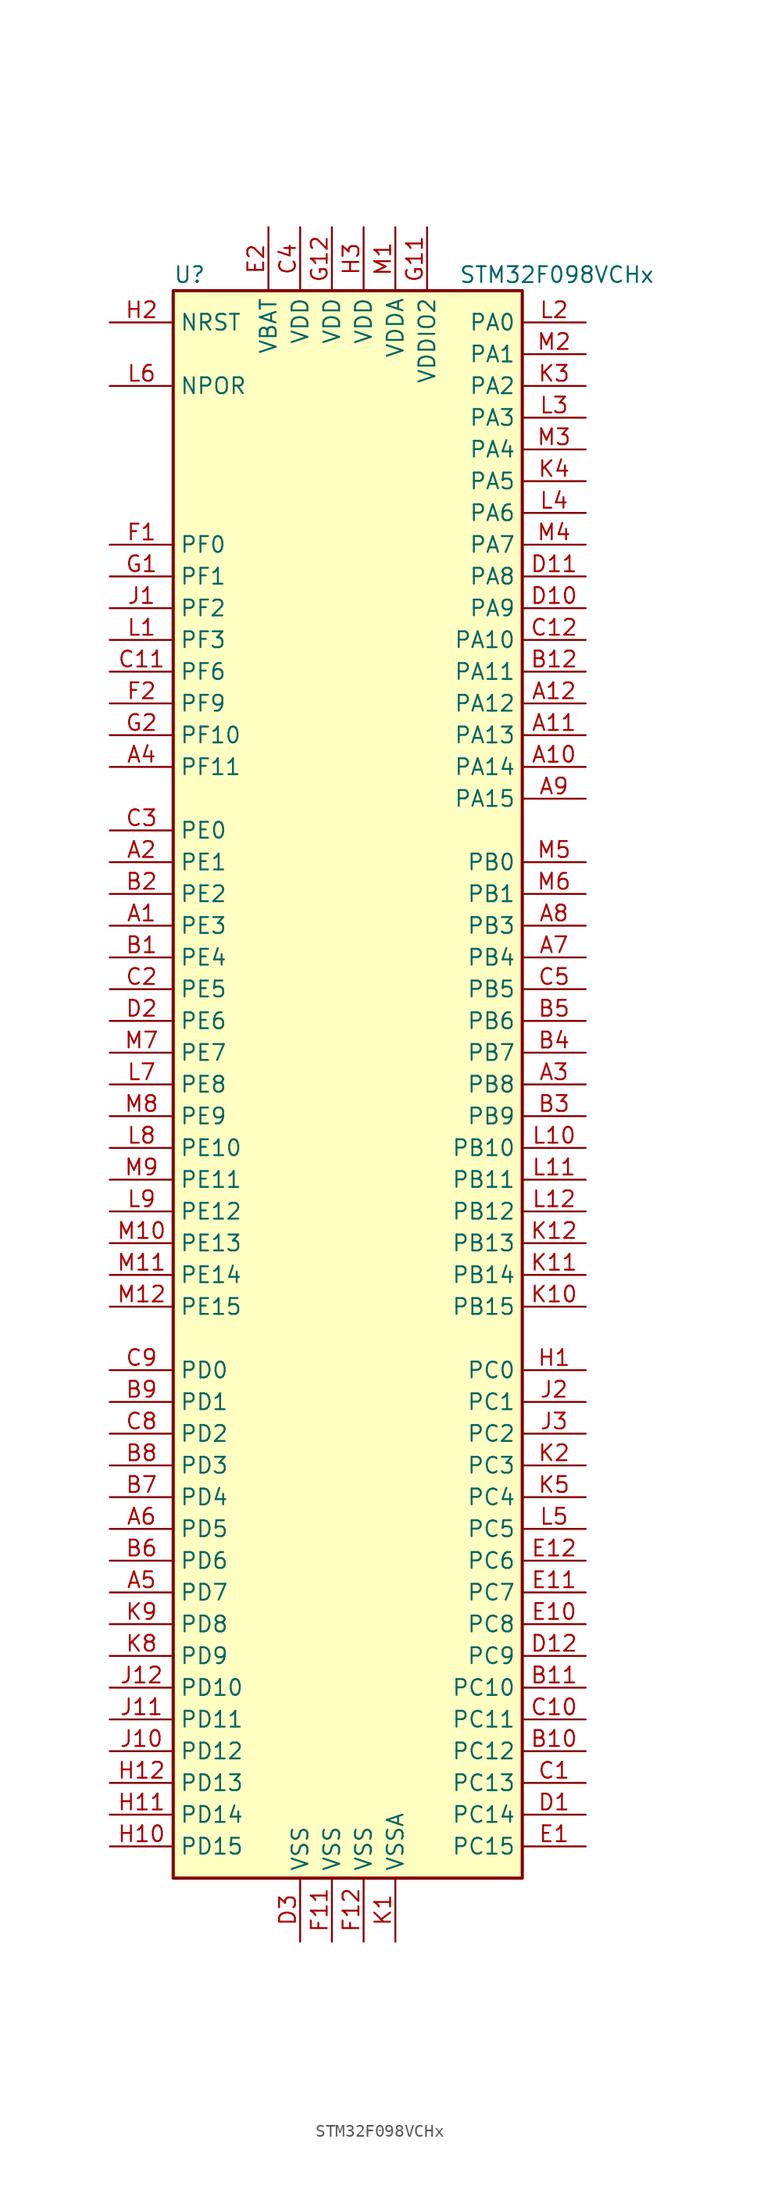
<source format=kicad_sym>
(kicad_symbol_lib
  (version 20211014)
  (generator kicad_symbol_editor)
  (symbol "STM32F098VCHx"
    (property "Reference" "U"
      (at -15.24 64.77 0)
      (effects (font (size 1.27 1.27)) (justify left)))
    (property "Value" "STM32F098VCHx"
      (at 7.62 64.77 0)
      (effects (font (size 1.27 1.27)) (justify left)))
    (symbol "STM32F098VCHx_0_1"
      (rectangle (start -15.24 -63.5) (end 12.7 63.5) (stroke (width 0.254) (type default) (color 0 0 0 0)) (fill (type background))))
    (symbol "STM32F098VCHx_1_1"
      (pin bidirectional line (at -20.32 12.7 0) (length 5.08) (name "PE3" (effects (font (size 1.27 1.27)))) (number "A1" (effects (font (size 1.27 1.27)))))
      (pin bidirectional line (at 17.78 25.4 180) (length 5.08) (name "PA14" (effects (font (size 1.27 1.27)))) (number "A10" (effects (font (size 1.27 1.27)))))
      (pin bidirectional line (at 17.78 27.94 180) (length 5.08) (name "PA13" (effects (font (size 1.27 1.27)))) (number "A11" (effects (font (size 1.27 1.27)))))
      (pin bidirectional line (at 17.78 30.48 180) (length 5.08) (name "PA12" (effects (font (size 1.27 1.27)))) (number "A12" (effects (font (size 1.27 1.27)))))
      (pin bidirectional line (at -20.32 17.78 0) (length 5.08) (name "PE1" (effects (font (size 1.27 1.27)))) (number "A2" (effects (font (size 1.27 1.27)))))
      (pin bidirectional line (at 17.78 0 180) (length 5.08) (name "PB8" (effects (font (size 1.27 1.27)))) (number "A3" (effects (font (size 1.27 1.27)))))
      (pin bidirectional line (at -20.32 25.4 0) (length 5.08) (name "PF11" (effects (font (size 1.27 1.27)))) (number "A4" (effects (font (size 1.27 1.27)))))
      (pin bidirectional line (at -20.32 -40.64 0) (length 5.08) (name "PD7" (effects (font (size 1.27 1.27)))) (number "A5" (effects (font (size 1.27 1.27)))))
      (pin bidirectional line (at -20.32 -35.56 0) (length 5.08) (name "PD5" (effects (font (size 1.27 1.27)))) (number "A6" (effects (font (size 1.27 1.27)))))
      (pin bidirectional line (at 17.78 10.16 180) (length 5.08) (name "PB4" (effects (font (size 1.27 1.27)))) (number "A7" (effects (font (size 1.27 1.27)))))
      (pin bidirectional line (at 17.78 12.7 180) (length 5.08) (name "PB3" (effects (font (size 1.27 1.27)))) (number "A8" (effects (font (size 1.27 1.27)))))
      (pin bidirectional line (at 17.78 22.86 180) (length 5.08) (name "PA15" (effects (font (size 1.27 1.27)))) (number "A9" (effects (font (size 1.27 1.27)))))
      (pin bidirectional line (at -20.32 10.16 0) (length 5.08) (name "PE4" (effects (font (size 1.27 1.27)))) (number "B1" (effects (font (size 1.27 1.27)))))
      (pin bidirectional line (at 17.78 -53.34 180) (length 5.08) (name "PC12" (effects (font (size 1.27 1.27)))) (number "B10" (effects (font (size 1.27 1.27)))))
      (pin bidirectional line (at 17.78 -48.26 180) (length 5.08) (name "PC10" (effects (font (size 1.27 1.27)))) (number "B11" (effects (font (size 1.27 1.27)))))
      (pin bidirectional line (at 17.78 33.02 180) (length 5.08) (name "PA11" (effects (font (size 1.27 1.27)))) (number "B12" (effects (font (size 1.27 1.27)))))
      (pin bidirectional line (at -20.32 15.24 0) (length 5.08) (name "PE2" (effects (font (size 1.27 1.27)))) (number "B2" (effects (font (size 1.27 1.27)))))
      (pin bidirectional line (at 17.78 -2.54 180) (length 5.08) (name "PB9" (effects (font (size 1.27 1.27)))) (number "B3" (effects (font (size 1.27 1.27)))))
      (pin bidirectional line (at 17.78 2.54 180) (length 5.08) (name "PB7" (effects (font (size 1.27 1.27)))) (number "B4" (effects (font (size 1.27 1.27)))))
      (pin bidirectional line (at 17.78 5.08 180) (length 5.08) (name "PB6" (effects (font (size 1.27 1.27)))) (number "B5" (effects (font (size 1.27 1.27)))))
      (pin bidirectional line (at -20.32 -38.1 0) (length 5.08) (name "PD6" (effects (font (size 1.27 1.27)))) (number "B6" (effects (font (size 1.27 1.27)))))
      (pin bidirectional line (at -20.32 -33.02 0) (length 5.08) (name "PD4" (effects (font (size 1.27 1.27)))) (number "B7" (effects (font (size 1.27 1.27)))))
      (pin bidirectional line (at -20.32 -30.48 0) (length 5.08) (name "PD3" (effects (font (size 1.27 1.27)))) (number "B8" (effects (font (size 1.27 1.27)))))
      (pin bidirectional line (at -20.32 -25.4 0) (length 5.08) (name "PD1" (effects (font (size 1.27 1.27)))) (number "B9" (effects (font (size 1.27 1.27)))))
      (pin bidirectional line (at 17.78 -55.88 180) (length 5.08) (name "PC13" (effects (font (size 1.27 1.27)))) (number "C1" (effects (font (size 1.27 1.27)))))
      (pin bidirectional line (at 17.78 -50.8 180) (length 5.08) (name "PC11" (effects (font (size 1.27 1.27)))) (number "C10" (effects (font (size 1.27 1.27)))))
      (pin bidirectional line (at -20.32 33.02 0) (length 5.08) (name "PF6" (effects (font (size 1.27 1.27)))) (number "C11" (effects (font (size 1.27 1.27)))))
      (pin bidirectional line (at 17.78 35.56 180) (length 5.08) (name "PA10" (effects (font (size 1.27 1.27)))) (number "C12" (effects (font (size 1.27 1.27)))))
      (pin bidirectional line (at -20.32 7.62 0) (length 5.08) (name "PE5" (effects (font (size 1.27 1.27)))) (number "C2" (effects (font (size 1.27 1.27)))))
      (pin bidirectional line (at -20.32 20.32 0) (length 5.08) (name "PE0" (effects (font (size 1.27 1.27)))) (number "C3" (effects (font (size 1.27 1.27)))))
      (pin power_in line (at -5.08 68.58 270) (length 5.08) (name "VDD" (effects (font (size 1.27 1.27)))) (number "C4" (effects (font (size 1.27 1.27)))))
      (pin bidirectional line (at 17.78 7.62 180) (length 5.08) (name "PB5" (effects (font (size 1.27 1.27)))) (number "C5" (effects (font (size 1.27 1.27)))))
      (pin bidirectional line (at -20.32 -27.94 0) (length 5.08) (name "PD2" (effects (font (size 1.27 1.27)))) (number "C8" (effects (font (size 1.27 1.27)))))
      (pin bidirectional line (at -20.32 -22.86 0) (length 5.08) (name "PD0" (effects (font (size 1.27 1.27)))) (number "C9" (effects (font (size 1.27 1.27)))))
      (pin bidirectional line (at 17.78 -58.42 180) (length 5.08) (name "PC14" (effects (font (size 1.27 1.27)))) (number "D1" (effects (font (size 1.27 1.27)))))
      (pin bidirectional line (at 17.78 38.1 180) (length 5.08) (name "PA9" (effects (font (size 1.27 1.27)))) (number "D10" (effects (font (size 1.27 1.27)))))
      (pin bidirectional line (at 17.78 40.64 180) (length 5.08) (name "PA8" (effects (font (size 1.27 1.27)))) (number "D11" (effects (font (size 1.27 1.27)))))
      (pin bidirectional line (at 17.78 -45.72 180) (length 5.08) (name "PC9" (effects (font (size 1.27 1.27)))) (number "D12" (effects (font (size 1.27 1.27)))))
      (pin bidirectional line (at -20.32 5.08 0) (length 5.08) (name "PE6" (effects (font (size 1.27 1.27)))) (number "D2" (effects (font (size 1.27 1.27)))))
      (pin power_in line (at -5.08 -68.58 90) (length 5.08) (name "VSS" (effects (font (size 1.27 1.27)))) (number "D3" (effects (font (size 1.27 1.27)))))
      (pin bidirectional line (at 17.78 -60.96 180) (length 5.08) (name "PC15" (effects (font (size 1.27 1.27)))) (number "E1" (effects (font (size 1.27 1.27)))))
      (pin bidirectional line (at 17.78 -43.18 180) (length 5.08) (name "PC8" (effects (font (size 1.27 1.27)))) (number "E10" (effects (font (size 1.27 1.27)))))
      (pin bidirectional line (at 17.78 -40.64 180) (length 5.08) (name "PC7" (effects (font (size 1.27 1.27)))) (number "E11" (effects (font (size 1.27 1.27)))))
      (pin bidirectional line (at 17.78 -38.1 180) (length 5.08) (name "PC6" (effects (font (size 1.27 1.27)))) (number "E12" (effects (font (size 1.27 1.27)))))
      (pin power_in line (at -7.62 68.58 270) (length 5.08) (name "VBAT" (effects (font (size 1.27 1.27)))) (number "E2" (effects (font (size 1.27 1.27)))))
      (pin no_connect line (at -15.24 -60.96 0) (length 5.08) hide (name "NC" (effects (font (size 1.27 1.27)))) (number "E3" (effects (font (size 1.27 1.27)))))
      (pin input line (at -20.32 43.18 0) (length 5.08) (name "PF0" (effects (font (size 1.27 1.27)))) (number "F1" (effects (font (size 1.27 1.27)))))
      (pin power_in line (at -2.54 -68.58 90) (length 5.08) (name "VSS" (effects (font (size 1.27 1.27)))) (number "F11" (effects (font (size 1.27 1.27)))))
      (pin power_in line (at 0 -68.58 90) (length 5.08) (name "VSS" (effects (font (size 1.27 1.27)))) (number "F12" (effects (font (size 1.27 1.27)))))
      (pin bidirectional line (at -20.32 30.48 0) (length 5.08) (name "PF9" (effects (font (size 1.27 1.27)))) (number "F2" (effects (font (size 1.27 1.27)))))
      (pin input line (at -20.32 40.64 0) (length 5.08) (name "PF1" (effects (font (size 1.27 1.27)))) (number "G1" (effects (font (size 1.27 1.27)))))
      (pin power_in line (at 5.08 68.58 270) (length 5.08) (name "VDDIO2" (effects (font (size 1.27 1.27)))) (number "G11" (effects (font (size 1.27 1.27)))))
      (pin power_in line (at -2.54 68.58 270) (length 5.08) (name "VDD" (effects (font (size 1.27 1.27)))) (number "G12" (effects (font (size 1.27 1.27)))))
      (pin bidirectional line (at -20.32 27.94 0) (length 5.08) (name "PF10" (effects (font (size 1.27 1.27)))) (number "G2" (effects (font (size 1.27 1.27)))))
      (pin bidirectional line (at 17.78 -22.86 180) (length 5.08) (name "PC0" (effects (font (size 1.27 1.27)))) (number "H1" (effects (font (size 1.27 1.27)))))
      (pin bidirectional line (at -20.32 -60.96 0) (length 5.08) (name "PD15" (effects (font (size 1.27 1.27)))) (number "H10" (effects (font (size 1.27 1.27)))))
      (pin bidirectional line (at -20.32 -58.42 0) (length 5.08) (name "PD14" (effects (font (size 1.27 1.27)))) (number "H11" (effects (font (size 1.27 1.27)))))
      (pin bidirectional line (at -20.32 -55.88 0) (length 5.08) (name "PD13" (effects (font (size 1.27 1.27)))) (number "H12" (effects (font (size 1.27 1.27)))))
      (pin input line (at -20.32 60.96 0) (length 5.08) (name "NRST" (effects (font (size 1.27 1.27)))) (number "H2" (effects (font (size 1.27 1.27)))))
      (pin power_in line (at 0 68.58 270) (length 5.08) (name "VDD" (effects (font (size 1.27 1.27)))) (number "H3" (effects (font (size 1.27 1.27)))))
      (pin bidirectional line (at -20.32 38.1 0) (length 5.08) (name "PF2" (effects (font (size 1.27 1.27)))) (number "J1" (effects (font (size 1.27 1.27)))))
      (pin bidirectional line (at -20.32 -53.34 0) (length 5.08) (name "PD12" (effects (font (size 1.27 1.27)))) (number "J10" (effects (font (size 1.27 1.27)))))
      (pin bidirectional line (at -20.32 -50.8 0) (length 5.08) (name "PD11" (effects (font (size 1.27 1.27)))) (number "J11" (effects (font (size 1.27 1.27)))))
      (pin bidirectional line (at -20.32 -48.26 0) (length 5.08) (name "PD10" (effects (font (size 1.27 1.27)))) (number "J12" (effects (font (size 1.27 1.27)))))
      (pin bidirectional line (at 17.78 -25.4 180) (length 5.08) (name "PC1" (effects (font (size 1.27 1.27)))) (number "J2" (effects (font (size 1.27 1.27)))))
      (pin bidirectional line (at 17.78 -27.94 180) (length 5.08) (name "PC2" (effects (font (size 1.27 1.27)))) (number "J3" (effects (font (size 1.27 1.27)))))
      (pin power_in line (at 2.54 -68.58 90) (length 5.08) (name "VSSA" (effects (font (size 1.27 1.27)))) (number "K1" (effects (font (size 1.27 1.27)))))
      (pin bidirectional line (at 17.78 -17.78 180) (length 5.08) (name "PB15" (effects (font (size 1.27 1.27)))) (number "K10" (effects (font (size 1.27 1.27)))))
      (pin bidirectional line (at 17.78 -15.24 180) (length 5.08) (name "PB14" (effects (font (size 1.27 1.27)))) (number "K11" (effects (font (size 1.27 1.27)))))
      (pin bidirectional line (at 17.78 -12.7 180) (length 5.08) (name "PB13" (effects (font (size 1.27 1.27)))) (number "K12" (effects (font (size 1.27 1.27)))))
      (pin bidirectional line (at 17.78 -30.48 180) (length 5.08) (name "PC3" (effects (font (size 1.27 1.27)))) (number "K2" (effects (font (size 1.27 1.27)))))
      (pin bidirectional line (at 17.78 55.88 180) (length 5.08) (name "PA2" (effects (font (size 1.27 1.27)))) (number "K3" (effects (font (size 1.27 1.27)))))
      (pin bidirectional line (at 17.78 48.26 180) (length 5.08) (name "PA5" (effects (font (size 1.27 1.27)))) (number "K4" (effects (font (size 1.27 1.27)))))
      (pin bidirectional line (at 17.78 -33.02 180) (length 5.08) (name "PC4" (effects (font (size 1.27 1.27)))) (number "K5" (effects (font (size 1.27 1.27)))))
      (pin bidirectional line (at -20.32 -45.72 0) (length 5.08) (name "PD9" (effects (font (size 1.27 1.27)))) (number "K8" (effects (font (size 1.27 1.27)))))
      (pin bidirectional line (at -20.32 -43.18 0) (length 5.08) (name "PD8" (effects (font (size 1.27 1.27)))) (number "K9" (effects (font (size 1.27 1.27)))))
      (pin bidirectional line (at -20.32 35.56 0) (length 5.08) (name "PF3" (effects (font (size 1.27 1.27)))) (number "L1" (effects (font (size 1.27 1.27)))))
      (pin bidirectional line (at 17.78 -5.08 180) (length 5.08) (name "PB10" (effects (font (size 1.27 1.27)))) (number "L10" (effects (font (size 1.27 1.27)))))
      (pin bidirectional line (at 17.78 -7.62 180) (length 5.08) (name "PB11" (effects (font (size 1.27 1.27)))) (number "L11" (effects (font (size 1.27 1.27)))))
      (pin bidirectional line (at 17.78 -10.16 180) (length 5.08) (name "PB12" (effects (font (size 1.27 1.27)))) (number "L12" (effects (font (size 1.27 1.27)))))
      (pin bidirectional line (at 17.78 60.96 180) (length 5.08) (name "PA0" (effects (font (size 1.27 1.27)))) (number "L2" (effects (font (size 1.27 1.27)))))
      (pin bidirectional line (at 17.78 53.34 180) (length 5.08) (name "PA3" (effects (font (size 1.27 1.27)))) (number "L3" (effects (font (size 1.27 1.27)))))
      (pin bidirectional line (at 17.78 45.72 180) (length 5.08) (name "PA6" (effects (font (size 1.27 1.27)))) (number "L4" (effects (font (size 1.27 1.27)))))
      (pin bidirectional line (at 17.78 -35.56 180) (length 5.08) (name "PC5" (effects (font (size 1.27 1.27)))) (number "L5" (effects (font (size 1.27 1.27)))))
      (pin power_in line (at -20.32 55.88 0) (length 5.08) (name "NPOR" (effects (font (size 1.27 1.27)))) (number "L6" (effects (font (size 1.27 1.27)))))
      (pin bidirectional line (at -20.32 0 0) (length 5.08) (name "PE8" (effects (font (size 1.27 1.27)))) (number "L7" (effects (font (size 1.27 1.27)))))
      (pin bidirectional line (at -20.32 -5.08 0) (length 5.08) (name "PE10" (effects (font (size 1.27 1.27)))) (number "L8" (effects (font (size 1.27 1.27)))))
      (pin bidirectional line (at -20.32 -10.16 0) (length 5.08) (name "PE12" (effects (font (size 1.27 1.27)))) (number "L9" (effects (font (size 1.27 1.27)))))
      (pin power_in line (at 2.54 68.58 270) (length 5.08) (name "VDDA" (effects (font (size 1.27 1.27)))) (number "M1" (effects (font (size 1.27 1.27)))))
      (pin bidirectional line (at -20.32 -12.7 0) (length 5.08) (name "PE13" (effects (font (size 1.27 1.27)))) (number "M10" (effects (font (size 1.27 1.27)))))
      (pin bidirectional line (at -20.32 -15.24 0) (length 5.08) (name "PE14" (effects (font (size 1.27 1.27)))) (number "M11" (effects (font (size 1.27 1.27)))))
      (pin bidirectional line (at -20.32 -17.78 0) (length 5.08) (name "PE15" (effects (font (size 1.27 1.27)))) (number "M12" (effects (font (size 1.27 1.27)))))
      (pin bidirectional line (at 17.78 58.42 180) (length 5.08) (name "PA1" (effects (font (size 1.27 1.27)))) (number "M2" (effects (font (size 1.27 1.27)))))
      (pin bidirectional line (at 17.78 50.8 180) (length 5.08) (name "PA4" (effects (font (size 1.27 1.27)))) (number "M3" (effects (font (size 1.27 1.27)))))
      (pin bidirectional line (at 17.78 43.18 180) (length 5.08) (name "PA7" (effects (font (size 1.27 1.27)))) (number "M4" (effects (font (size 1.27 1.27)))))
      (pin bidirectional line (at 17.78 17.78 180) (length 5.08) (name "PB0" (effects (font (size 1.27 1.27)))) (number "M5" (effects (font (size 1.27 1.27)))))
      (pin bidirectional line (at 17.78 15.24 180) (length 5.08) (name "PB1" (effects (font (size 1.27 1.27)))) (number "M6" (effects (font (size 1.27 1.27)))))
      (pin bidirectional line (at -20.32 2.54 0) (length 5.08) (name "PE7" (effects (font (size 1.27 1.27)))) (number "M7" (effects (font (size 1.27 1.27)))))
      (pin bidirectional line (at -20.32 -2.54 0) (length 5.08) (name "PE9" (effects (font (size 1.27 1.27)))) (number "M8" (effects (font (size 1.27 1.27)))))
      (pin bidirectional line (at -20.32 -7.62 0) (length 5.08) (name "PE11" (effects (font (size 1.27 1.27)))) (number "M9" (effects (font (size 1.27 1.27))))))))
</source>
